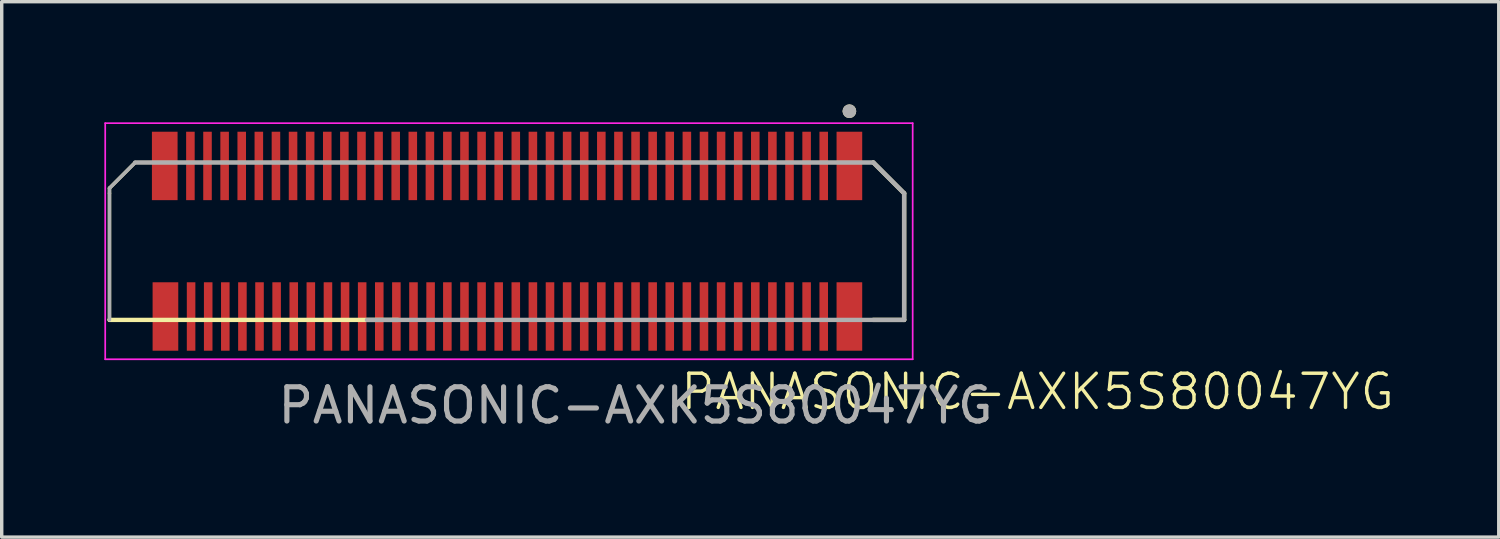
<source format=kicad_pcb>
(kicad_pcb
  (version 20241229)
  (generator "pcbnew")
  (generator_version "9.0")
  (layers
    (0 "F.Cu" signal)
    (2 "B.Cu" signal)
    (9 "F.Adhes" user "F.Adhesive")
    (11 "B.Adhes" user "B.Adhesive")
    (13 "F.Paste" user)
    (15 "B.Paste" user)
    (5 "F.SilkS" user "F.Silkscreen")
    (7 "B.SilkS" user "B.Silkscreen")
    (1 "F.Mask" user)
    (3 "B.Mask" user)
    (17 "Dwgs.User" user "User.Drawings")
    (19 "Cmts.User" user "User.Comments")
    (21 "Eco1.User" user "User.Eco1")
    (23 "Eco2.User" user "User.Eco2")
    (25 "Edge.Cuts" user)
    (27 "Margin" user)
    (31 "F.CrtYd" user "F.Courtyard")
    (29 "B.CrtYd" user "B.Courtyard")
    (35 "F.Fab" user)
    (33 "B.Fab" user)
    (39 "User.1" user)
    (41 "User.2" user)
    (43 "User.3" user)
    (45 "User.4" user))
  (footprint "PANASONIC-AXK5S80047YG"
    (layer "F.Cu")
    (at 12.025 4)
    (property "Reference" "PANASONIC-AXK5S80047YG" (at 15.25 4.4 0) (unlocked yes) (layer "F.SilkS") (effects (font (size 1 1) (thickness 0.1))))
    (attr smd)
    (fp_line (start -11.875 -1.55) (end -11.875 -1.4) (stroke (width 0.1) (type default)) (layer "F.SilkS"))
    (fp_line (start -11.875 2.3) (end -11.875 -1.4) (stroke (width 0.1) (type solid)) (layer "F.SilkS"))
    (fp_line (start -11.125 -2.3) (end -11.875 -1.55) (stroke (width 0.1) (type default)) (layer "F.SilkS"))
    (fp_line (start -3.445 2.3) (end -11.875 2.3) (stroke (width 0.127) (type solid)) (layer "F.SilkS"))
    (fp_line (start 10.445 2.3) (end -11.875 2.3) (stroke (width 0.1) (type default)) (layer "F.SilkS"))
    (fp_line (start 10.45 -2.3) (end -11.125 -2.3) (stroke (width 0.1) (type default)) (layer "F.SilkS"))
    (fp_line (start 10.45 -2.3) (end 11.35 -1.4) (stroke (width 0.127) (type solid)) (layer "F.SilkS"))
    (fp_line (start 11.35 -1.4) (end 11.35 2.3) (stroke (width 0.127) (type solid)) (layer "F.SilkS"))
    (fp_line (start 11.35 2.3) (end 10.445 2.3) (stroke (width 0.127) (type solid)) (layer "F.SilkS"))
    (fp_circle (center 9.75 -3.8) (end 9.85 -3.8) (stroke (width 0.2) (type solid)) (fill no) (layer "F.SilkS"))
    (fp_poly (pts (xy -10.245 -1.9) (xy -9.895 -1.9) (xy -9.895 -3.2) (xy -10.245 -3.2)) (stroke (width 0.01) (type solid)) (fill yes) (layer "F.Paste"))
    (fp_poly (pts (xy -10.225 1.9) (xy -9.875 1.9) (xy -9.875 3.2) (xy -10.225 3.2)) (stroke (width 0.01) (type solid)) (fill yes) (layer "F.Paste"))
    (fp_poly (pts (xy -9.625 -1.9) (xy -9.395 -1.9) (xy -9.395 -3.2) (xy -9.625 -3.2)) (stroke (width 0.01) (type solid)) (fill yes) (layer "F.Paste"))
    (fp_poly (pts (xy -9.605 1.9) (xy -9.375 1.9) (xy -9.375 3.2) (xy -9.605 3.2)) (stroke (width 0.01) (type solid)) (fill yes) (layer "F.Paste"))
    (fp_poly (pts (xy -9.125 -1.9) (xy -8.895 -1.9) (xy -8.895 -3.2) (xy -9.125 -3.2)) (stroke (width 0.01) (type solid)) (fill yes) (layer "F.Paste"))
    (fp_poly (pts (xy -9.105 1.9) (xy -8.875 1.9) (xy -8.875 3.2) (xy -9.105 3.2)) (stroke (width 0.01) (type solid)) (fill yes) (layer "F.Paste"))
    (fp_poly (pts (xy -8.625 -1.9) (xy -8.395 -1.9) (xy -8.395 -3.2) (xy -8.625 -3.2)) (stroke (width 0.01) (type solid)) (fill yes) (layer "F.Paste"))
    (fp_poly (pts (xy -8.605 1.9) (xy -8.375 1.9) (xy -8.375 3.2) (xy -8.605 3.2)) (stroke (width 0.01) (type solid)) (fill yes) (layer "F.Paste"))
    (fp_poly (pts (xy -8.125 -1.9) (xy -7.895 -1.9) (xy -7.895 -3.2) (xy -8.125 -3.2)) (stroke (width 0.01) (type solid)) (fill yes) (layer "F.Paste"))
    (fp_poly (pts (xy -8.105 1.9) (xy -7.875 1.9) (xy -7.875 3.2) (xy -8.105 3.2)) (stroke (width 0.01) (type solid)) (fill yes) (layer "F.Paste"))
    (fp_poly (pts (xy -7.625 -1.9) (xy -7.395 -1.9) (xy -7.395 -3.2) (xy -7.625 -3.2)) (stroke (width 0.01) (type solid)) (fill yes) (layer "F.Paste"))
    (fp_poly (pts (xy -7.605 1.9) (xy -7.375 1.9) (xy -7.375 3.2) (xy -7.605 3.2)) (stroke (width 0.01) (type solid)) (fill yes) (layer "F.Paste"))
    (fp_poly (pts (xy -7.125 -1.9) (xy -6.895 -1.9) (xy -6.895 -3.2) (xy -7.125 -3.2)) (stroke (width 0.01) (type solid)) (fill yes) (layer "F.Paste"))
    (fp_poly (pts (xy -7.105 1.9) (xy -6.875 1.9) (xy -6.875 3.2) (xy -7.105 3.2)) (stroke (width 0.01) (type solid)) (fill yes) (layer "F.Paste"))
    (fp_poly (pts (xy -6.625 -1.9) (xy -6.395 -1.9) (xy -6.395 -3.2) (xy -6.625 -3.2)) (stroke (width 0.01) (type solid)) (fill yes) (layer "F.Paste"))
    (fp_poly (pts (xy -6.605 1.9) (xy -6.375 1.9) (xy -6.375 3.2) (xy -6.605 3.2)) (stroke (width 0.01) (type solid)) (fill yes) (layer "F.Paste"))
    (fp_poly (pts (xy -6.125 -1.9) (xy -5.895 -1.9) (xy -5.895 -3.2) (xy -6.125 -3.2)) (stroke (width 0.01) (type solid)) (fill yes) (layer "F.Paste"))
    (fp_poly (pts (xy -6.105 1.9) (xy -5.875 1.9) (xy -5.875 3.2) (xy -6.105 3.2)) (stroke (width 0.01) (type solid)) (fill yes) (layer "F.Paste"))
    (fp_poly (pts (xy -5.625 -1.9) (xy -5.395 -1.9) (xy -5.395 -3.2) (xy -5.625 -3.2)) (stroke (width 0.01) (type solid)) (fill yes) (layer "F.Paste"))
    (fp_poly (pts (xy -5.605 1.9) (xy -5.375 1.9) (xy -5.375 3.2) (xy -5.605 3.2)) (stroke (width 0.01) (type solid)) (fill yes) (layer "F.Paste"))
    (fp_poly (pts (xy -5.125 -1.9) (xy -4.895 -1.9) (xy -4.895 -3.2) (xy -5.125 -3.2)) (stroke (width 0.01) (type solid)) (fill yes) (layer "F.Paste"))
    (fp_poly (pts (xy -5.105 1.9) (xy -4.875 1.9) (xy -4.875 3.2) (xy -5.105 3.2)) (stroke (width 0.01) (type solid)) (fill yes) (layer "F.Paste"))
    (fp_poly (pts (xy -4.625 -1.9) (xy -4.395 -1.9) (xy -4.395 -3.2) (xy -4.625 -3.2)) (stroke (width 0.01) (type solid)) (fill yes) (layer "F.Paste"))
    (fp_poly (pts (xy -4.605 1.9) (xy -4.375 1.9) (xy -4.375 3.2) (xy -4.605 3.2)) (stroke (width 0.01) (type solid)) (fill yes) (layer "F.Paste"))
    (fp_poly (pts (xy -4.125 -1.9) (xy -3.895 -1.9) (xy -3.895 -3.2) (xy -4.125 -3.2)) (stroke (width 0.01) (type solid)) (fill yes) (layer "F.Paste"))
    (fp_poly (pts (xy -4.105 1.9) (xy -3.875 1.9) (xy -3.875 3.2) (xy -4.105 3.2)) (stroke (width 0.01) (type solid)) (fill yes) (layer "F.Paste"))
    (fp_poly (pts (xy -3.625 -1.9) (xy -3.395 -1.9) (xy -3.395 -3.2) (xy -3.625 -3.2)) (stroke (width 0.01) (type solid)) (fill yes) (layer "F.Paste"))
    (fp_poly (pts (xy -3.605 1.9) (xy -3.375 1.9) (xy -3.375 3.2) (xy -3.605 3.2)) (stroke (width 0.01) (type solid)) (fill yes) (layer "F.Paste"))
    (fp_poly (pts (xy -3.125 -1.9) (xy -2.895 -1.9) (xy -2.895 -3.2) (xy -3.125 -3.2)) (stroke (width 0.01) (type solid)) (fill yes) (layer "F.Paste"))
    (fp_poly (pts (xy -3.105 1.9) (xy -2.875 1.9) (xy -2.875 3.2) (xy -3.105 3.2)) (stroke (width 0.01) (type solid)) (fill yes) (layer "F.Paste"))
    (fp_poly (pts (xy -2.625 -1.9) (xy -2.395 -1.9) (xy -2.395 -3.2) (xy -2.625 -3.2)) (stroke (width 0.01) (type solid)) (fill yes) (layer "F.Paste"))
    (fp_poly (pts (xy -2.605 1.9) (xy -2.375 1.9) (xy -2.375 3.2) (xy -2.605 3.2)) (stroke (width 0.01) (type solid)) (fill yes) (layer "F.Paste"))
    (fp_poly (pts (xy -2.115 -3.2) (xy -1.885 -3.2) (xy -1.885 -1.9) (xy -2.115 -1.9)) (stroke (width 0.01) (type solid)) (fill yes) (layer "F.Paste"))
    (fp_poly (pts (xy -2.115 1.9) (xy -1.885 1.9) (xy -1.885 3.2) (xy -2.115 3.2)) (stroke (width 0.01) (type solid)) (fill yes) (layer "F.Paste"))
    (fp_poly (pts (xy -1.615 -3.2) (xy -1.385 -3.2) (xy -1.385 -1.9) (xy -1.615 -1.9)) (stroke (width 0.01) (type solid)) (fill yes) (layer "F.Paste"))
    (fp_poly (pts (xy -1.615 1.9) (xy -1.385 1.9) (xy -1.385 3.2) (xy -1.615 3.2)) (stroke (width 0.01) (type solid)) (fill yes) (layer "F.Paste"))
    (fp_poly (pts (xy -1.115 -3.2) (xy -0.885 -3.2) (xy -0.885 -1.9) (xy -1.115 -1.9)) (stroke (width 0.01) (type solid)) (fill yes) (layer "F.Paste"))
    (fp_poly (pts (xy -1.115 1.9) (xy -0.885 1.9) (xy -0.885 3.2) (xy -1.115 3.2)) (stroke (width 0.01) (type solid)) (fill yes) (layer "F.Paste"))
    (fp_poly (pts (xy -0.615 -3.2) (xy -0.385 -3.2) (xy -0.385 -1.9) (xy -0.615 -1.9)) (stroke (width 0.01) (type solid)) (fill yes) (layer "F.Paste"))
    (fp_poly (pts (xy -0.615 1.9) (xy -0.385 1.9) (xy -0.385 3.2) (xy -0.615 3.2)) (stroke (width 0.01) (type solid)) (fill yes) (layer "F.Paste"))
    (fp_poly (pts (xy -0.115 -3.2) (xy 0.115 -3.2) (xy 0.115 -1.9) (xy -0.115 -1.9)) (stroke (width 0.01) (type solid)) (fill yes) (layer "F.Paste"))
    (fp_poly (pts (xy -0.115 1.9) (xy 0.115 1.9) (xy 0.115 3.2) (xy -0.115 3.2)) (stroke (width 0.01) (type solid)) (fill yes) (layer "F.Paste"))
    (fp_poly (pts (xy 0.385 -3.2) (xy 0.615 -3.2) (xy 0.615 -1.9) (xy 0.385 -1.9)) (stroke (width 0.01) (type solid)) (fill yes) (layer "F.Paste"))
    (fp_poly (pts (xy 0.385 1.9) (xy 0.615 1.9) (xy 0.615 3.2) (xy 0.385 3.2)) (stroke (width 0.01) (type solid)) (fill yes) (layer "F.Paste"))
    (fp_poly (pts (xy 0.885 -3.2) (xy 1.115 -3.2) (xy 1.115 -1.9) (xy 0.885 -1.9)) (stroke (width 0.01) (type solid)) (fill yes) (layer "F.Paste"))
    (fp_poly (pts (xy 0.885 1.9) (xy 1.115 1.9) (xy 1.115 3.2) (xy 0.885 3.2)) (stroke (width 0.01) (type solid)) (fill yes) (layer "F.Paste"))
    (fp_poly (pts (xy 1.385 -3.2) (xy 1.615 -3.2) (xy 1.615 -1.9) (xy 1.385 -1.9)) (stroke (width 0.01) (type solid)) (fill yes) (layer "F.Paste"))
    (fp_poly (pts (xy 1.385 1.9) (xy 1.615 1.9) (xy 1.615 3.2) (xy 1.385 3.2)) (stroke (width 0.01) (type solid)) (fill yes) (layer "F.Paste"))
    (fp_poly (pts (xy 1.885 -3.2) (xy 2.115 -3.2) (xy 2.115 -1.9) (xy 1.885 -1.9)) (stroke (width 0.01) (type solid)) (fill yes) (layer "F.Paste"))
    (fp_poly (pts (xy 1.885 1.9) (xy 2.115 1.9) (xy 2.115 3.2) (xy 1.885 3.2)) (stroke (width 0.01) (type solid)) (fill yes) (layer "F.Paste"))
    (fp_poly (pts (xy 2.385 -3.2) (xy 2.615 -3.2) (xy 2.615 -1.9) (xy 2.385 -1.9)) (stroke (width 0.01) (type solid)) (fill yes) (layer "F.Paste"))
    (fp_poly (pts (xy 2.385 1.9) (xy 2.615 1.9) (xy 2.615 3.2) (xy 2.385 3.2)) (stroke (width 0.01) (type solid)) (fill yes) (layer "F.Paste"))
    (fp_poly (pts (xy 2.885 -3.2) (xy 3.115 -3.2) (xy 3.115 -1.9) (xy 2.885 -1.9)) (stroke (width 0.01) (type solid)) (fill yes) (layer "F.Paste"))
    (fp_poly (pts (xy 2.885 1.9) (xy 3.115 1.9) (xy 3.115 3.2) (xy 2.885 3.2)) (stroke (width 0.01) (type solid)) (fill yes) (layer "F.Paste"))
    (fp_poly (pts (xy 3.385 -3.2) (xy 3.615 -3.2) (xy 3.615 -1.9) (xy 3.385 -1.9)) (stroke (width 0.01) (type solid)) (fill yes) (layer "F.Paste"))
    (fp_poly (pts (xy 3.385 1.9) (xy 3.615 1.9) (xy 3.615 3.2) (xy 3.385 3.2)) (stroke (width 0.01) (type solid)) (fill yes) (layer "F.Paste"))
    (fp_poly (pts (xy 3.885 -3.2) (xy 4.115 -3.2) (xy 4.115 -1.9) (xy 3.885 -1.9)) (stroke (width 0.01) (type solid)) (fill yes) (layer "F.Paste"))
    (fp_poly (pts (xy 3.885 1.9) (xy 4.115 1.9) (xy 4.115 3.2) (xy 3.885 3.2)) (stroke (width 0.01) (type solid)) (fill yes) (layer "F.Paste"))
    (fp_poly (pts (xy 4.385 -3.2) (xy 4.615 -3.2) (xy 4.615 -1.9) (xy 4.385 -1.9)) (stroke (width 0.01) (type solid)) (fill yes) (layer "F.Paste"))
    (fp_poly (pts (xy 4.385 1.9) (xy 4.615 1.9) (xy 4.615 3.2) (xy 4.385 3.2)) (stroke (width 0.01) (type solid)) (fill yes) (layer "F.Paste"))
    (fp_poly (pts (xy 4.885 -3.2) (xy 5.115 -3.2) (xy 5.115 -1.9) (xy 4.885 -1.9)) (stroke (width 0.01) (type solid)) (fill yes) (layer "F.Paste"))
    (fp_poly (pts (xy 4.885 1.9) (xy 5.115 1.9) (xy 5.115 3.2) (xy 4.885 3.2)) (stroke (width 0.01) (type solid)) (fill yes) (layer "F.Paste"))
    (fp_poly (pts (xy 5.385 -3.2) (xy 5.615 -3.2) (xy 5.615 -1.9) (xy 5.385 -1.9)) (stroke (width 0.01) (type solid)) (fill yes) (layer "F.Paste"))
    (fp_poly (pts (xy 5.385 1.9) (xy 5.615 1.9) (xy 5.615 3.2) (xy 5.385 3.2)) (stroke (width 0.01) (type solid)) (fill yes) (layer "F.Paste"))
    (fp_poly (pts (xy 5.885 -3.2) (xy 6.115 -3.2) (xy 6.115 -1.9) (xy 5.885 -1.9)) (stroke (width 0.01) (type solid)) (fill yes) (layer "F.Paste"))
    (fp_poly (pts (xy 5.885 1.9) (xy 6.115 1.9) (xy 6.115 3.2) (xy 5.885 3.2)) (stroke (width 0.01) (type solid)) (fill yes) (layer "F.Paste"))
    (fp_poly (pts (xy 6.385 -3.2) (xy 6.615 -3.2) (xy 6.615 -1.9) (xy 6.385 -1.9)) (stroke (width 0.01) (type solid)) (fill yes) (layer "F.Paste"))
    (fp_poly (pts (xy 6.385 1.9) (xy 6.615 1.9) (xy 6.615 3.2) (xy 6.385 3.2)) (stroke (width 0.01) (type solid)) (fill yes) (layer "F.Paste"))
    (fp_poly (pts (xy 6.885 -3.2) (xy 7.115 -3.2) (xy 7.115 -1.9) (xy 6.885 -1.9)) (stroke (width 0.01) (type solid)) (fill yes) (layer "F.Paste"))
    (fp_poly (pts (xy 6.885 1.9) (xy 7.115 1.9) (xy 7.115 3.2) (xy 6.885 3.2)) (stroke (width 0.01) (type solid)) (fill yes) (layer "F.Paste"))
    (fp_poly (pts (xy 7.385 -3.2) (xy 7.615 -3.2) (xy 7.615 -1.9) (xy 7.385 -1.9)) (stroke (width 0.01) (type solid)) (fill yes) (layer "F.Paste"))
    (fp_poly (pts (xy 7.385 1.9) (xy 7.615 1.9) (xy 7.615 3.2) (xy 7.385 3.2)) (stroke (width 0.01) (type solid)) (fill yes) (layer "F.Paste"))
    (fp_poly (pts (xy 7.885 -3.2) (xy 8.115 -3.2) (xy 8.115 -1.9) (xy 7.885 -1.9)) (stroke (width 0.01) (type solid)) (fill yes) (layer "F.Paste"))
    (fp_poly (pts (xy 7.885 1.9) (xy 8.115 1.9) (xy 8.115 3.2) (xy 7.885 3.2)) (stroke (width 0.01) (type solid)) (fill yes) (layer "F.Paste"))
    (fp_poly (pts (xy 8.385 -3.2) (xy 8.615 -3.2) (xy 8.615 -1.9) (xy 8.385 -1.9)) (stroke (width 0.01) (type solid)) (fill yes) (layer "F.Paste"))
    (fp_poly (pts (xy 8.385 1.9) (xy 8.615 1.9) (xy 8.615 3.2) (xy 8.385 3.2)) (stroke (width 0.01) (type solid)) (fill yes) (layer "F.Paste"))
    (fp_poly (pts (xy 8.885 -3.2) (xy 9.115 -3.2) (xy 9.115 -1.9) (xy 8.885 -1.9)) (stroke (width 0.01) (type solid)) (fill yes) (layer "F.Paste"))
    (fp_poly (pts (xy 8.885 1.9) (xy 9.115 1.9) (xy 9.115 3.2) (xy 8.885 3.2)) (stroke (width 0.01) (type solid)) (fill yes) (layer "F.Paste"))
    (fp_poly (pts (xy 9.385 -3.2) (xy 9.735 -3.2) (xy 9.735 -1.9) (xy 9.385 -1.9)) (stroke (width 0.01) (type solid)) (fill yes) (layer "F.Paste"))
    (fp_poly (pts (xy 9.385 1.9) (xy 9.735 1.9) (xy 9.735 3.2) (xy 9.385 3.2)) (stroke (width 0.01) (type solid)) (fill yes) (layer "F.Paste"))
    (fp_line (start -12 -3.45) (end 11.6 -3.45) (stroke (width 0.05) (type solid)) (layer "F.CrtYd"))
    (fp_line (start -12 3.45) (end -12 -3.45) (stroke (width 0.05) (type solid)) (layer "F.CrtYd"))
    (fp_line (start 11.6 -3.45) (end 11.6 3.45) (stroke (width 0.05) (type solid)) (layer "F.CrtYd"))
    (fp_line (start 11.6 3.45) (end -12 3.45) (stroke (width 0.05) (type solid)) (layer "F.CrtYd"))
    (fp_line (start -11.875 -1.55) (end -11.875 2.3) (stroke (width 0.1) (type solid)) (layer "F.Fab"))
    (fp_line (start -11.125 -2.3) (end -11.875 -1.55) (stroke (width 0.1) (type solid)) (layer "F.Fab"))
    (fp_line (start -4.35 2.3) (end 11.35 2.3) (stroke (width 0.127) (type solid)) (layer "F.Fab"))
    (fp_line (start 10.45 -2.3) (end -11.125 -2.3) (stroke (width 0.127) (type solid)) (layer "F.Fab"))
    (fp_line (start 11.35 -1.4) (end 10.45 -2.3) (stroke (width 0.127) (type solid)) (layer "F.Fab"))
    (fp_line (start 11.35 2.3) (end 11.35 -1.4) (stroke (width 0.127) (type solid)) (layer "F.Fab"))
    (fp_circle (center 9.75 -3.8) (end 9.85 -3.8) (stroke (width 0.2) (type solid)) (fill no) (layer "F.Fab"))
    (fp_text user "${REFERENCE}" (at 3.5 4.8 0) (unlocked yes) (layer "F.Fab") (effects (font (size 1 1) (thickness 0.15))))
    (pad "1" smd rect (at 9.75 -2.2) (size 0.75 2) (layers "F.Cu" "F.Mask"))
    (pad "2" smd rect (at 9.75 2.2) (size 0.75 2) (layers "F.Cu" "F.Mask"))
    (pad "3" smd rect (at 9 -2.2) (size 0.25 2) (layers "F.Cu" "F.Mask"))
    (pad "4" smd rect (at 9 2.2) (size 0.25 2) (layers "F.Cu" "F.Mask"))
    (pad "5" smd rect (at 8.5 -2.2) (size 0.25 2) (layers "F.Cu" "F.Mask"))
    (pad "6" smd rect (at 8.5 2.2) (size 0.25 2) (layers "F.Cu" "F.Mask"))
    (pad "7" smd rect (at 8 -2.2) (size 0.25 2) (layers "F.Cu" "F.Mask"))
    (pad "8" smd rect (at 8 2.2) (size 0.25 2) (layers "F.Cu" "F.Mask"))
    (pad "9" smd rect (at 7.5 -2.2) (size 0.25 2) (layers "F.Cu" "F.Mask"))
    (pad "10" smd rect (at 7.5 2.2) (size 0.25 2) (layers "F.Cu" "F.Mask"))
    (pad "11" smd rect (at 7 -2.2) (size 0.25 2) (layers "F.Cu" "F.Mask"))
    (pad "12" smd rect (at 7 2.2) (size 0.25 2) (layers "F.Cu" "F.Mask"))
    (pad "13" smd rect (at 6.5 -2.2) (size 0.25 2) (layers "F.Cu" "F.Mask"))
    (pad "14" smd rect (at 6.5 2.2) (size 0.25 2) (layers "F.Cu" "F.Mask"))
    (pad "15" smd rect (at 6 -2.2) (size 0.25 2) (layers "F.Cu" "F.Mask"))
    (pad "16" smd rect (at 6 2.2) (size 0.25 2) (layers "F.Cu" "F.Mask"))
    (pad "17" smd rect (at 5.5 -2.2) (size 0.25 2) (layers "F.Cu" "F.Mask"))
    (pad "18" smd rect (at 5.5 2.2) (size 0.25 2) (layers "F.Cu" "F.Mask"))
    (pad "19" smd rect (at 5 -2.2) (size 0.25 2) (layers "F.Cu" "F.Mask"))
    (pad "20" smd rect (at 5 2.2) (size 0.25 2) (layers "F.Cu" "F.Mask"))
    (pad "21" smd rect (at 4.5 -2.2) (size 0.25 2) (layers "F.Cu" "F.Mask"))
    (pad "22" smd rect (at 4.5 2.2) (size 0.25 2) (layers "F.Cu" "F.Mask"))
    (pad "23" smd rect (at 4 -2.2) (size 0.25 2) (layers "F.Cu" "F.Mask"))
    (pad "24" smd rect (at 4 2.2) (size 0.25 2) (layers "F.Cu" "F.Mask"))
    (pad "25" smd rect (at 3.5 -2.2) (size 0.25 2) (layers "F.Cu" "F.Mask"))
    (pad "26" smd rect (at 3.5 2.2) (size 0.25 2) (layers "F.Cu" "F.Mask"))
    (pad "27" smd rect (at 3 -2.2) (size 0.25 2) (layers "F.Cu" "F.Mask"))
    (pad "28" smd rect (at 3 2.2) (size 0.25 2) (layers "F.Cu" "F.Mask"))
    (pad "29" smd rect (at 2.5 -2.2) (size 0.25 2) (layers "F.Cu" "F.Mask"))
    (pad "30" smd rect (at 2.5 2.2) (size 0.25 2) (layers "F.Cu" "F.Mask"))
    (pad "31" smd rect (at 2 -2.2) (size 0.25 2) (layers "F.Cu" "F.Mask"))
    (pad "32" smd rect (at 2 2.2) (size 0.25 2) (layers "F.Cu" "F.Mask"))
    (pad "33" smd rect (at 1.5 -2.2) (size 0.25 2) (layers "F.Cu" "F.Mask"))
    (pad "34" smd rect (at 1.5 2.2) (size 0.25 2) (layers "F.Cu" "F.Mask"))
    (pad "35" smd rect (at 1 -2.2) (size 0.25 2) (layers "F.Cu" "F.Mask"))
    (pad "36" smd rect (at 1 2.2) (size 0.25 2) (layers "F.Cu" "F.Mask"))
    (pad "37" smd rect (at 0.5 -2.2) (size 0.25 2) (layers "F.Cu" "F.Mask"))
    (pad "38" smd rect (at 0.5 2.2) (size 0.25 2) (layers "F.Cu" "F.Mask"))
    (pad "39" smd rect (at 0 -2.2) (size 0.25 2) (layers "F.Cu" "F.Mask"))
    (pad "40" smd rect (at 0 2.2) (size 0.25 2) (layers "F.Cu" "F.Mask"))
    (pad "41" smd rect (at -0.5 -2.2) (size 0.25 2) (layers "F.Cu" "F.Mask"))
    (pad "42" smd rect (at -0.5 2.2) (size 0.25 2) (layers "F.Cu" "F.Mask"))
    (pad "43" smd rect (at -1 -2.2) (size 0.25 2) (layers "F.Cu" "F.Mask"))
    (pad "44" smd rect (at -1 2.2) (size 0.25 2) (layers "F.Cu" "F.Mask"))
    (pad "45" smd rect (at -1.5 -2.2) (size 0.25 2) (layers "F.Cu" "F.Mask"))
    (pad "46" smd rect (at -1.5 2.2) (size 0.25 2) (layers "F.Cu" "F.Mask"))
    (pad "47" smd rect (at -2 -2.2) (size 0.25 2) (layers "F.Cu" "F.Mask"))
    (pad "48" smd rect (at -2 2.2) (size 0.25 2) (layers "F.Cu" "F.Mask"))
    (pad "49" smd rect (at -2.51 -2.2) (size 0.25 2) (layers "F.Cu" "F.Mask"))
    (pad "50" smd rect (at -2.49 2.2) (size 0.25 2) (layers "F.Cu" "F.Mask"))
    (pad "51" smd rect (at -3.01 -2.2) (size 0.25 2) (layers "F.Cu" "F.Mask"))
    (pad "52" smd rect (at -2.99 2.2) (size 0.25 2) (layers "F.Cu" "F.Mask"))
    (pad "53" smd rect (at -3.51 -2.2) (size 0.25 2) (layers "F.Cu" "F.Mask"))
    (pad "54" smd rect (at -3.49 2.2) (size 0.25 2) (layers "F.Cu" "F.Mask"))
    (pad "55" smd rect (at -4.01 -2.2) (size 0.25 2) (layers "F.Cu" "F.Mask"))
    (pad "56" smd rect (at -3.99 2.2) (size 0.25 2) (layers "F.Cu" "F.Mask"))
    (pad "57" smd rect (at -4.51 -2.2) (size 0.25 2) (layers "F.Cu" "F.Mask"))
    (pad "58" smd rect (at -4.49 2.2) (size 0.25 2) (layers "F.Cu" "F.Mask"))
    (pad "59" smd rect (at -5.01 -2.2) (size 0.25 2) (layers "F.Cu" "F.Mask"))
    (pad "60" smd rect (at -4.99 2.2) (size 0.25 2) (layers "F.Cu" "F.Mask"))
    (pad "61" smd rect (at -5.51 -2.2) (size 0.25 2) (layers "F.Cu" "F.Mask"))
    (pad "62" smd rect (at -5.49 2.2) (size 0.25 2) (layers "F.Cu" "F.Mask"))
    (pad "63" smd rect (at -6.01 -2.2) (size 0.25 2) (layers "F.Cu" "F.Mask"))
    (pad "64" smd rect (at -5.99 2.2) (size 0.25 2) (layers "F.Cu" "F.Mask"))
    (pad "65" smd rect (at -6.51 -2.2) (size 0.25 2) (layers "F.Cu" "F.Mask"))
    (pad "66" smd rect (at -6.49 2.2) (size 0.25 2) (layers "F.Cu" "F.Mask"))
    (pad "67" smd rect (at -7.01 -2.2) (size 0.25 2) (layers "F.Cu" "F.Mask"))
    (pad "68" smd rect (at -6.99 2.2) (size 0.25 2) (layers "F.Cu" "F.Mask"))
    (pad "69" smd rect (at -7.51 -2.2) (size 0.25 2) (layers "F.Cu" "F.Mask"))
    (pad "70" smd rect (at -7.49 2.2) (size 0.25 2) (layers "F.Cu" "F.Mask"))
    (pad "71" smd rect (at -8.01 -2.2) (size 0.25 2) (layers "F.Cu" "F.Mask"))
    (pad "72" smd rect (at -7.99 2.2) (size 0.25 2) (layers "F.Cu" "F.Mask"))
    (pad "73" smd rect (at -8.51 -2.2) (size 0.25 2) (layers "F.Cu" "F.Mask"))
    (pad "74" smd rect (at -8.49 2.2) (size 0.25 2) (layers "F.Cu" "F.Mask"))
    (pad "75" smd rect (at -9.01 -2.2) (size 0.25 2) (layers "F.Cu" "F.Mask"))
    (pad "76" smd rect (at -8.99 2.2) (size 0.25 2) (layers "F.Cu" "F.Mask"))
    (pad "77" smd rect (at -9.51 -2.2) (size 0.25 2) (layers "F.Cu" "F.Mask"))
    (pad "78" smd rect (at -9.49 2.2) (size 0.25 2) (layers "F.Cu" "F.Mask"))
    (pad "79" smd rect (at -10.26 -2.2) (size 0.75 2) (layers "F.Cu" "F.Mask"))
    (pad "80" smd rect (at -10.24 2.2) (size 0.75 2) (layers "F.Cu" "F.Mask")))
  (gr_rect
    (start -3 -3)
    (end 40.754 12.648)
    (stroke (width 0.1) (type default))
    (fill no)
    (layer "Edge.Cuts")))
</source>
